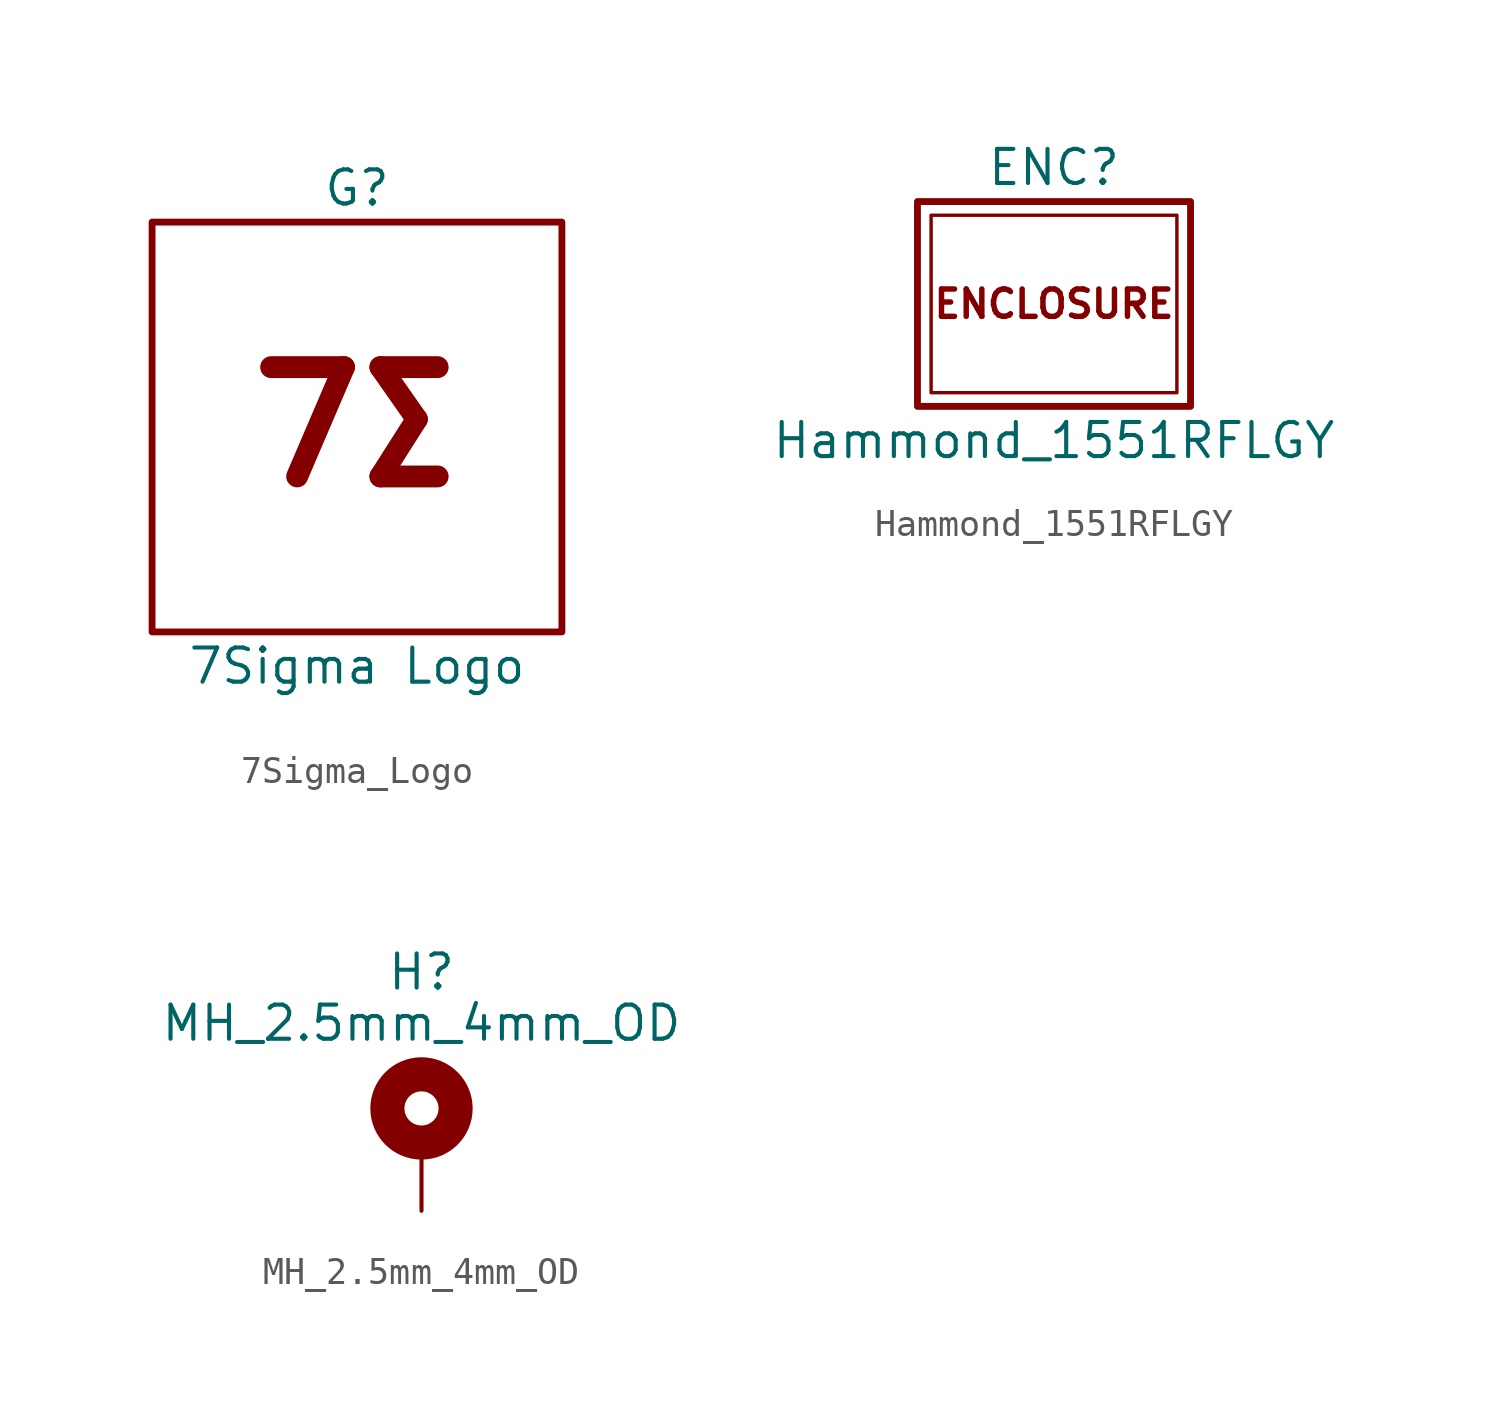
<source format=kicad_sym>
(kicad_symbol_lib
  (version 20211014)
  (symbol "7Sigma_Logo"
    (pin_numbers
      (hide yes))
    (pin_names
      (hide yes))
    (property "Reference" "G"
      (at 0 8.89 0)
      (effects (font (size 1.27 1.27))))
    (property "Value" "7Sigma Logo"
      (at 0 -8.89 0)
      (effects (font (size 1.27 1.27))))
    (symbol "7Sigma_Logo_0_1"
      (rectangle (start -7.62 7.62) (end 7.62 -7.62) (stroke (width 0.254) (type default)) (fill (type none)))
      (text "7Σ" (at 0 0 0) (effects (font (size 4.064 4.064) (bold yes))))))
  (symbol "Hammond_1551RFLGY"
    (pin_numbers
      (hide yes))
    (pin_names
      (hide yes))
    (property "Reference" "ENC"
      (at 0 5.08 0)
      (effects (font (size 1.27 1.27))))
    (property "Value" "Hammond_1551RFLGY"
      (at 0 -5.08 0)
      (effects (font (size 1.27 1.27))))
    (symbol "Hammond_1551RFLGY_0_1"
      (rectangle (start -5.08 3.81) (end 5.08 -3.81) (stroke (width 0.254) (type default)) (fill (type none)))
      (rectangle (start -4.572 3.302) (end 4.572 -3.302) (stroke (width 0.127) (type default)) (fill (type none)))
      (text "ENCLOSURE" (at 0 0 0) (effects (font (size 1.016 1.016) (bold yes))))))
  (symbol "MH_2.5mm_4mm_OD"
    (pin_numbers
      (hide yes))
    (pin_names
      (offset 1.016)
      (hide yes))
    (property "Reference" "H"
      (at 0 6.35 0)
      (effects (font (size 1.27 1.27))))
    (property "Value" "MH_2.5mm_4mm_OD"
      (at 0 4.445 0)
      (effects (font (size 1.27 1.27))))
    (symbol "MH_2.5mm_4mm_OD_0_1"
      (circle (center 0 1.27) (radius 1.27) (stroke (width 1.27) (type default)) (fill (type none))))
    (symbol "MH_2.5mm_4mm_OD_1_1"
      (pin input line (at 0 -2.54 90) (length 2.54) (name "1" (effects (font (size 1.27 1.27)))) (number "1" (effects (font (size 1.27 1.27))))))))
</source>
